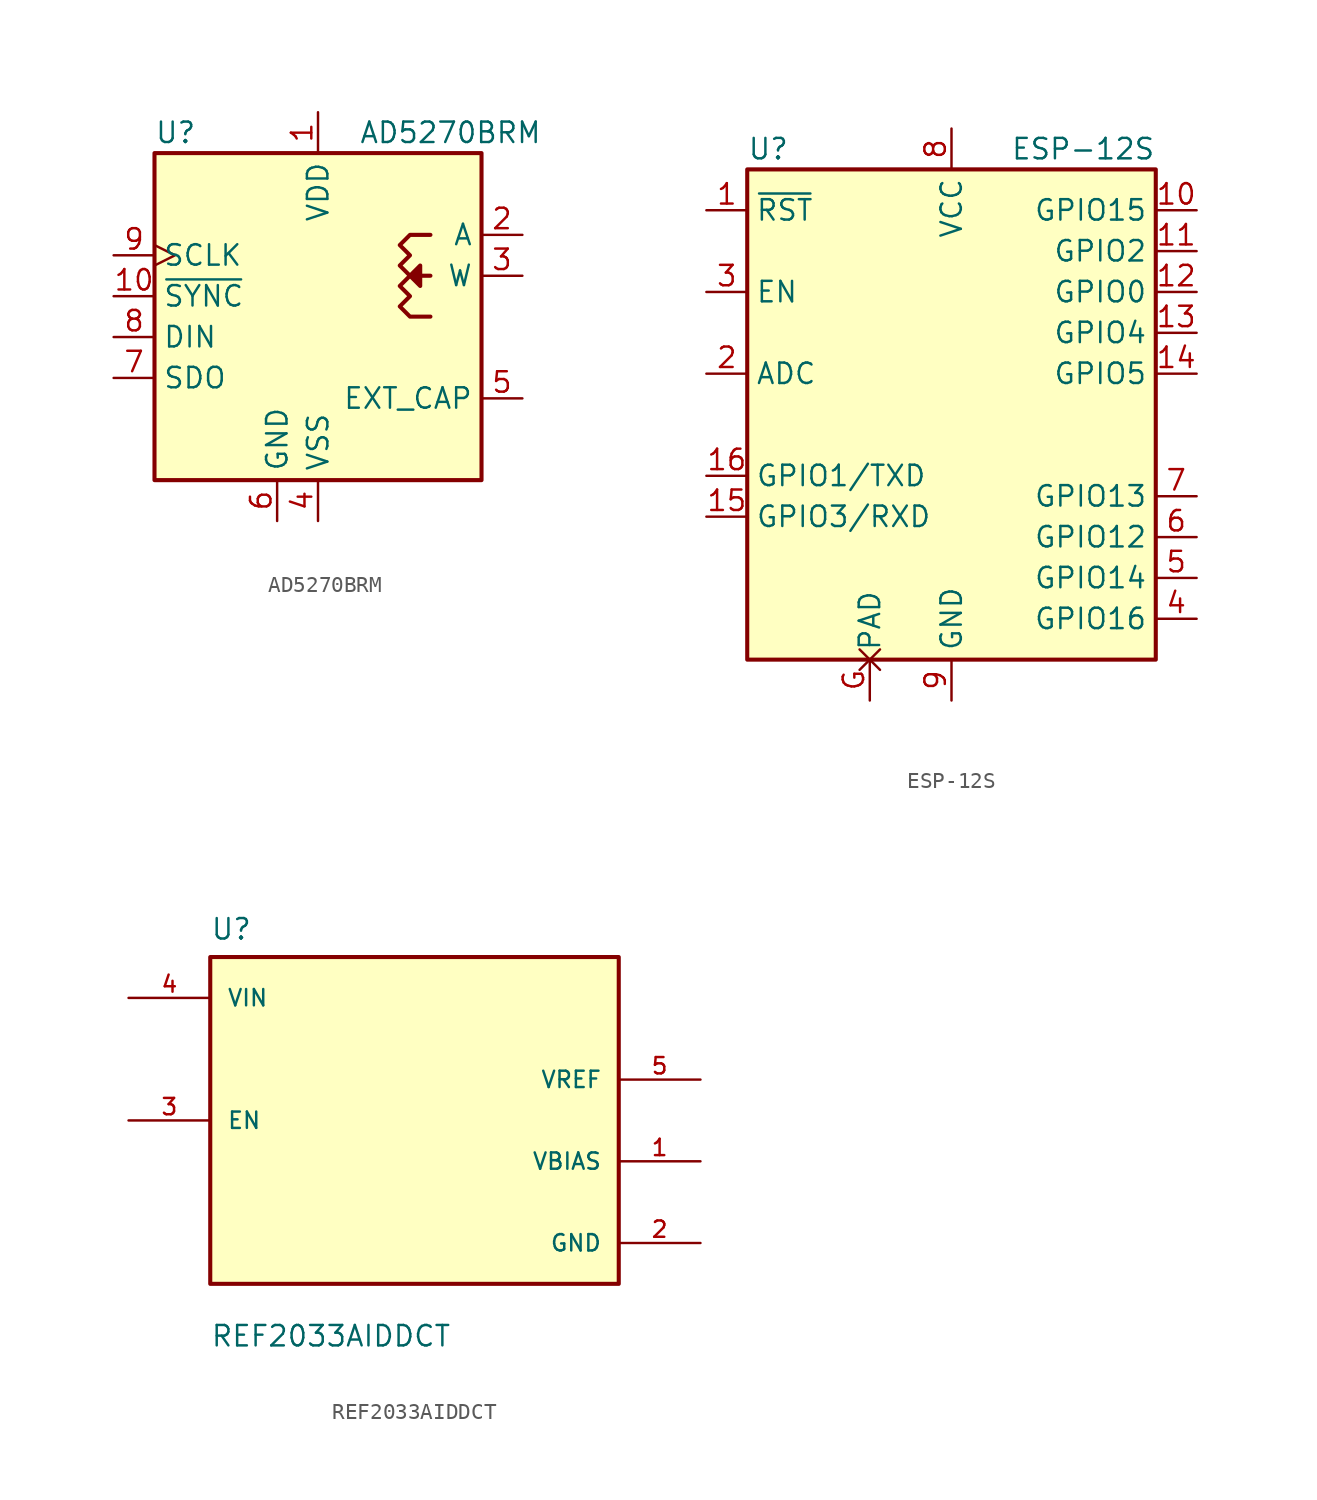
<source format=kicad_sym>
(kicad_symbol_lib
  (version 20220914)
  (generator kicad_symbol_editor)
  (symbol "AD5270BRM"
    (property "Reference" "U"
      (at -10.16 11.43 0)
      (effects (font (size 1.27 1.27)) (justify left)))
    (property "Value" "AD5270BRM"
      (at 2.54 11.43 0)
      (effects (font (size 1.27 1.27)) (justify left)))
    (symbol "AD5270BRM_0_1"
      (rectangle (start -10.16 10.16) (end 10.16 -10.16) (stroke (width 0.254) (type solid)) (fill (type background)))
      (polyline (pts (xy 6.985 2.54) (xy 6.35 2.54) (xy 5.715 2.54) (xy 6.35 3.175) (xy 6.35 1.905) (xy 5.715 2.54)) (stroke (width 0.254) (type solid)) (fill (type outline)))
      (polyline (pts (xy 6.985 5.08) (xy 5.715 5.08) (xy 5.08 4.445) (xy 5.715 3.81) (xy 5.08 3.175) (xy 5.715 2.54) (xy 5.08 1.905) (xy 5.715 1.27) (xy 5.08 0.635) (xy 5.715 0) (xy 6.985 0)) (stroke (width 0.254) (type solid)) (fill (type none))))
    (symbol "AD5270BRM_1_1"
      (pin power_in line (at 0 12.7 270) (length 2.54) (name "VDD" (effects (font (size 1.27 1.27)))) (number "1" (effects (font (size 1.27 1.27)))))
      (pin input line (at -12.7 1.27 0) (length 2.54) (name "~{SYNC}" (effects (font (size 1.27 1.27)))) (number "10" (effects (font (size 1.27 1.27)))))
      (pin passive line (at 12.7 5.08 180) (length 2.54) (name "A" (effects (font (size 1.27 1.27)))) (number "2" (effects (font (size 1.27 1.27)))))
      (pin passive line (at 12.7 2.54 180) (length 2.54) (name "W" (effects (font (size 1.27 1.27)))) (number "3" (effects (font (size 1.27 1.27)))))
      (pin power_in line (at 0 -12.7 90) (length 2.54) (name "VSS" (effects (font (size 1.27 1.27)))) (number "4" (effects (font (size 1.27 1.27)))))
      (pin passive line (at 12.7 -5.08 180) (length 2.54) (name "EXT_CAP" (effects (font (size 1.27 1.27)))) (number "5" (effects (font (size 1.27 1.27)))))
      (pin power_in line (at -2.54 -12.7 90) (length 2.54) (name "GND" (effects (font (size 1.27 1.27)))) (number "6" (effects (font (size 1.27 1.27)))))
      (pin tri_state line (at -12.7 -3.81 0) (length 2.54) (name "SDO" (effects (font (size 1.27 1.27)))) (number "7" (effects (font (size 1.27 1.27)))))
      (pin input line (at -12.7 -1.27 0) (length 2.54) (name "DIN" (effects (font (size 1.27 1.27)))) (number "8" (effects (font (size 1.27 1.27)))))
      (pin input clock (at -12.7 3.81 0) (length 2.54) (name "SCLK" (effects (font (size 1.27 1.27)))) (number "9" (effects (font (size 1.27 1.27)))))))
  (symbol "ESP-12S"
    (property "Reference" "U"
      (at -12.7 19.05 0)
      (effects (font (size 1.27 1.27)) (justify left)))
    (property "Value" "ESP-12S"
      (at 12.7 19.05 0)
      (effects (font (size 1.27 1.27)) (justify right)))
    (symbol "ESP-12S_0_1"
      (rectangle (start -12.7 17.78) (end 12.7 -12.7) (stroke (width 0.254) (type solid)) (fill (type background))))
    (symbol "ESP-12S_1_1"
      (pin input line (at -15.24 15.24 0) (length 2.54) (name "~{RST}" (effects (font (size 1.27 1.27)))) (number "1" (effects (font (size 1.27 1.27)))))
      (pin bidirectional line (at 15.24 15.24 180) (length 2.54) (name "GPIO15" (effects (font (size 1.27 1.27)))) (number "10" (effects (font (size 1.27 1.27)))))
      (pin bidirectional line (at 15.24 12.7 180) (length 2.54) (name "GPIO2" (effects (font (size 1.27 1.27)))) (number "11" (effects (font (size 1.27 1.27)))))
      (pin bidirectional line (at 15.24 10.16 180) (length 2.54) (name "GPIO0" (effects (font (size 1.27 1.27)))) (number "12" (effects (font (size 1.27 1.27)))))
      (pin bidirectional line (at 15.24 7.62 180) (length 2.54) (name "GPIO4" (effects (font (size 1.27 1.27)))) (number "13" (effects (font (size 1.27 1.27)))))
      (pin bidirectional line (at 15.24 5.08 180) (length 2.54) (name "GPIO5" (effects (font (size 1.27 1.27)))) (number "14" (effects (font (size 1.27 1.27)))))
      (pin bidirectional line (at -15.24 -3.81 0) (length 2.54) (name "GPIO3/RXD" (effects (font (size 1.27 1.27)))) (number "15" (effects (font (size 1.27 1.27)))))
      (pin bidirectional line (at -15.24 -1.27 0) (length 2.54) (name "GPIO1/TXD" (effects (font (size 1.27 1.27)))) (number "16" (effects (font (size 1.27 1.27)))))
      (pin input line (at -15.24 5.08 0) (length 2.54) (name "ADC" (effects (font (size 1.27 1.27)))) (number "2" (effects (font (size 1.27 1.27)))))
      (pin input line (at -15.24 10.16 0) (length 2.54) (name "EN" (effects (font (size 1.27 1.27)))) (number "3" (effects (font (size 1.27 1.27)))))
      (pin bidirectional line (at 15.24 -10.16 180) (length 2.54) (name "GPIO16" (effects (font (size 1.27 1.27)))) (number "4" (effects (font (size 1.27 1.27)))))
      (pin bidirectional line (at 15.24 -7.62 180) (length 2.54) (name "GPIO14" (effects (font (size 1.27 1.27)))) (number "5" (effects (font (size 1.27 1.27)))))
      (pin bidirectional line (at 15.24 -5.08 180) (length 2.54) (name "GPIO12" (effects (font (size 1.27 1.27)))) (number "6" (effects (font (size 1.27 1.27)))))
      (pin bidirectional line (at 15.24 -2.54 180) (length 2.54) (name "GPIO13" (effects (font (size 1.27 1.27)))) (number "7" (effects (font (size 1.27 1.27)))))
      (pin power_in line (at 0 20.32 270) (length 2.54) (name "VCC" (effects (font (size 1.27 1.27)))) (number "8" (effects (font (size 1.27 1.27)))))
      (pin power_in line (at 0 -15.24 90) (length 2.54) (name "GND" (effects (font (size 1.27 1.27)))) (number "9" (effects (font (size 1.27 1.27)))))
      (pin passive non_logic (at -5.08 -15.24 90) (length 2.54) (name "PAD" (effects (font (size 1.27 1.27)))) (number "G" (effects (font (size 1.27 1.27)))))))
  (symbol "REF2033AIDDCT"
    (pin_names
      (offset 1.016))
    (property "Reference" "U"
      (at -12.7 11.151 0)
      (effects (font (size 1.27 1.27)) (justify left bottom)))
    (property "Value" "REF2033AIDDCT"
      (at -12.7 -14.148 0)
      (effects (font (size 1.27 1.27)) (justify left bottom)))
    (property "ki_locked" ""
      (at 0 0 0)
      (effects (font (size 1.27 1.27))))
    (symbol "REF2033AIDDCT_0_0"
      (rectangle (start -12.7 -10.16) (end 12.7 10.16) (stroke (width 0.254) (type solid)) (fill (type background)))
      (pin output line (at 17.78 -2.54 180) (length 5.08) (name "VBIAS" (effects (font (size 1.016 1.016)))) (number "1" (effects (font (size 1.016 1.016)))))
      (pin power_in line (at 17.78 -7.62 180) (length 5.08) (name "GND" (effects (font (size 1.016 1.016)))) (number "2" (effects (font (size 1.016 1.016)))))
      (pin input line (at -17.78 0 0) (length 5.08) (name "EN" (effects (font (size 1.016 1.016)))) (number "3" (effects (font (size 1.016 1.016)))))
      (pin power_in line (at -17.78 7.62 0) (length 5.08) (name "VIN" (effects (font (size 1.016 1.016)))) (number "4" (effects (font (size 1.016 1.016)))))
      (pin output line (at 17.78 2.54 180) (length 5.08) (name "VREF" (effects (font (size 1.016 1.016)))) (number "5" (effects (font (size 1.016 1.016))))))))
</source>
